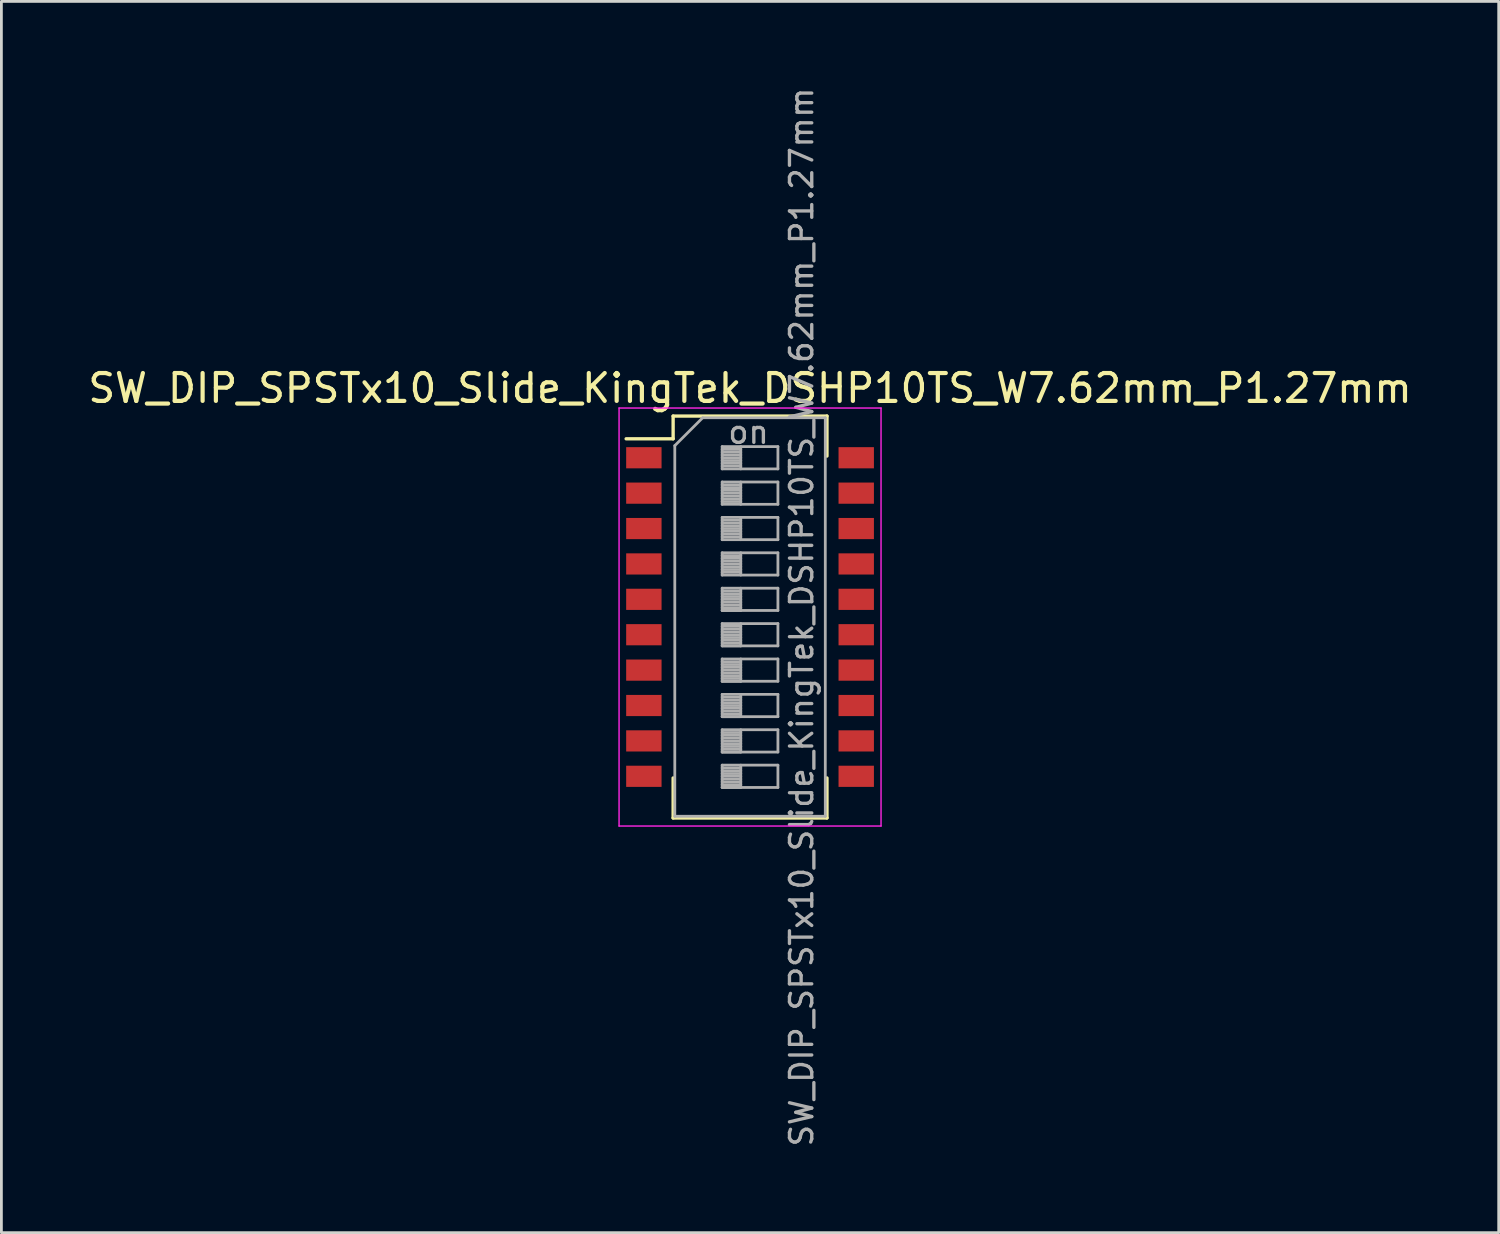
<source format=kicad_pcb>
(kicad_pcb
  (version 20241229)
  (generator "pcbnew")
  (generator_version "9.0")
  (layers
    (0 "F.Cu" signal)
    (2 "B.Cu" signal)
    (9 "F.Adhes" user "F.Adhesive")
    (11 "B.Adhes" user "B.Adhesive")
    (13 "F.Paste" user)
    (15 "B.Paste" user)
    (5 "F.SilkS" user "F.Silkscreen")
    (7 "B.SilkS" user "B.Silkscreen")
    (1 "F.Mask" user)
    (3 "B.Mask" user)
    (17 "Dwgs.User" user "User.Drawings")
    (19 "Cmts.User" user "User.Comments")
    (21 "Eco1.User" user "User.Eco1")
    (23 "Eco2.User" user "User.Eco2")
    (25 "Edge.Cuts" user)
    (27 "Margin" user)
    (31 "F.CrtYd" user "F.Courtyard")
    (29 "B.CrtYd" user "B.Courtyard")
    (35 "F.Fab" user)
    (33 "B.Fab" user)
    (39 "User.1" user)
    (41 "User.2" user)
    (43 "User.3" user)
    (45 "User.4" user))
  (footprint "SW_DIP_SPSTx10_Slide_KingTek_DSHP10TS_W7.62mm_P1.27mm"
    (layer "F.Cu")
    (at 23.863 19.09)
    (property "Reference" "SW_DIP_SPSTx10_Slide_KingTek_DSHP10TS_W7.62mm_P1.27mm" (at 0 -8.21 0) (layer "F.SilkS") (effects (font (size 1 1) (thickness 0.15))))
    (attr smd)
    (fp_line (start -4.446 -6.395) (end -2.76 -6.395) (stroke (width 0.12) (type solid)) (layer "F.SilkS"))
    (fp_line (start -2.76 -7.211) (end -2.76 -6.395) (stroke (width 0.12) (type solid)) (layer "F.SilkS"))
    (fp_line (start -2.76 -7.211) (end 2.76 -7.211) (stroke (width 0.12) (type solid)) (layer "F.SilkS"))
    (fp_line (start -2.76 5.775) (end -2.76 7.21) (stroke (width 0.12) (type solid)) (layer "F.SilkS"))
    (fp_line (start -2.76 7.21) (end 2.76 7.21) (stroke (width 0.12) (type solid)) (layer "F.SilkS"))
    (fp_line (start 2.76 -7.211) (end 2.76 -5.776) (stroke (width 0.12) (type solid)) (layer "F.SilkS"))
    (fp_line (start 2.76 5.775) (end 2.76 7.21) (stroke (width 0.12) (type solid)) (layer "F.SilkS"))
    (fp_line (start -4.7 -7.5) (end -4.7 7.5) (stroke (width 0.05) (type solid)) (layer "F.CrtYd"))
    (fp_line (start -4.7 7.5) (end 4.7 7.5) (stroke (width 0.05) (type solid)) (layer "F.CrtYd"))
    (fp_line (start 4.7 -7.5) (end -4.7 -7.5) (stroke (width 0.05) (type solid)) (layer "F.CrtYd"))
    (fp_line (start 4.7 7.5) (end 4.7 -7.5) (stroke (width 0.05) (type solid)) (layer "F.CrtYd"))
    (fp_line (start -2.7 -6.15) (end -1.7 -7.15) (stroke (width 0.1) (type solid)) (layer "F.Fab"))
    (fp_line (start -2.7 7.15) (end -2.7 -6.15) (stroke (width 0.1) (type solid)) (layer "F.Fab"))
    (fp_line (start -1.7 -7.15) (end 2.7 -7.15) (stroke (width 0.1) (type solid)) (layer "F.Fab"))
    (fp_line (start -1 -6.115) (end -1 -5.315) (stroke (width 0.1) (type solid)) (layer "F.Fab"))
    (fp_line (start -1 -6.015) (end -0.333 -6.015) (stroke (width 0.1) (type solid)) (layer "F.Fab"))
    (fp_line (start -1 -5.915) (end -0.333 -5.915) (stroke (width 0.1) (type solid)) (layer "F.Fab"))
    (fp_line (start -1 -5.815) (end -0.333 -5.815) (stroke (width 0.1) (type solid)) (layer "F.Fab"))
    (fp_line (start -1 -5.715) (end -0.333 -5.715) (stroke (width 0.1) (type solid)) (layer "F.Fab"))
    (fp_line (start -1 -5.615) (end -0.333 -5.615) (stroke (width 0.1) (type solid)) (layer "F.Fab"))
    (fp_line (start -1 -5.515) (end -0.333 -5.515) (stroke (width 0.1) (type solid)) (layer "F.Fab"))
    (fp_line (start -1 -5.415) (end -0.333 -5.415) (stroke (width 0.1) (type solid)) (layer "F.Fab"))
    (fp_line (start -1 -5.315) (end 1 -5.315) (stroke (width 0.1) (type solid)) (layer "F.Fab"))
    (fp_line (start -1 -4.845) (end -1 -4.045) (stroke (width 0.1) (type solid)) (layer "F.Fab"))
    (fp_line (start -1 -4.745) (end -0.333 -4.745) (stroke (width 0.1) (type solid)) (layer "F.Fab"))
    (fp_line (start -1 -4.645) (end -0.333 -4.645) (stroke (width 0.1) (type solid)) (layer "F.Fab"))
    (fp_line (start -1 -4.545) (end -0.333 -4.545) (stroke (width 0.1) (type solid)) (layer "F.Fab"))
    (fp_line (start -1 -4.445) (end -0.333 -4.445) (stroke (width 0.1) (type solid)) (layer "F.Fab"))
    (fp_line (start -1 -4.345) (end -0.333 -4.345) (stroke (width 0.1) (type solid)) (layer "F.Fab"))
    (fp_line (start -1 -4.245) (end -0.333 -4.245) (stroke (width 0.1) (type solid)) (layer "F.Fab"))
    (fp_line (start -1 -4.145) (end -0.333 -4.145) (stroke (width 0.1) (type solid)) (layer "F.Fab"))
    (fp_line (start -1 -4.045) (end 1 -4.045) (stroke (width 0.1) (type solid)) (layer "F.Fab"))
    (fp_line (start -1 -3.575) (end -1 -2.775) (stroke (width 0.1) (type solid)) (layer "F.Fab"))
    (fp_line (start -1 -3.475) (end -0.333 -3.475) (stroke (width 0.1) (type solid)) (layer "F.Fab"))
    (fp_line (start -1 -3.375) (end -0.333 -3.375) (stroke (width 0.1) (type solid)) (layer "F.Fab"))
    (fp_line (start -1 -3.275) (end -0.333 -3.275) (stroke (width 0.1) (type solid)) (layer "F.Fab"))
    (fp_line (start -1 -3.175) (end -0.333 -3.175) (stroke (width 0.1) (type solid)) (layer "F.Fab"))
    (fp_line (start -1 -3.075) (end -0.333 -3.075) (stroke (width 0.1) (type solid)) (layer "F.Fab"))
    (fp_line (start -1 -2.975) (end -0.333 -2.975) (stroke (width 0.1) (type solid)) (layer "F.Fab"))
    (fp_line (start -1 -2.875) (end -0.333 -2.875) (stroke (width 0.1) (type solid)) (layer "F.Fab"))
    (fp_line (start -1 -2.775) (end 1 -2.775) (stroke (width 0.1) (type solid)) (layer "F.Fab"))
    (fp_line (start -1 -2.305) (end -1 -1.505) (stroke (width 0.1) (type solid)) (layer "F.Fab"))
    (fp_line (start -1 -2.205) (end -0.333 -2.205) (stroke (width 0.1) (type solid)) (layer "F.Fab"))
    (fp_line (start -1 -2.105) (end -0.333 -2.105) (stroke (width 0.1) (type solid)) (layer "F.Fab"))
    (fp_line (start -1 -2.005) (end -0.333 -2.005) (stroke (width 0.1) (type solid)) (layer "F.Fab"))
    (fp_line (start -1 -1.905) (end -0.333 -1.905) (stroke (width 0.1) (type solid)) (layer "F.Fab"))
    (fp_line (start -1 -1.805) (end -0.333 -1.805) (stroke (width 0.1) (type solid)) (layer "F.Fab"))
    (fp_line (start -1 -1.705) (end -0.333 -1.705) (stroke (width 0.1) (type solid)) (layer "F.Fab"))
    (fp_line (start -1 -1.605) (end -0.333 -1.605) (stroke (width 0.1) (type solid)) (layer "F.Fab"))
    (fp_line (start -1 -1.505) (end 1 -1.505) (stroke (width 0.1) (type solid)) (layer "F.Fab"))
    (fp_line (start -1 -1.035) (end -1 -0.235) (stroke (width 0.1) (type solid)) (layer "F.Fab"))
    (fp_line (start -1 -0.935) (end -0.333 -0.935) (stroke (width 0.1) (type solid)) (layer "F.Fab"))
    (fp_line (start -1 -0.835) (end -0.333 -0.835) (stroke (width 0.1) (type solid)) (layer "F.Fab"))
    (fp_line (start -1 -0.735) (end -0.333 -0.735) (stroke (width 0.1) (type solid)) (layer "F.Fab"))
    (fp_line (start -1 -0.635) (end -0.333 -0.635) (stroke (width 0.1) (type solid)) (layer "F.Fab"))
    (fp_line (start -1 -0.535) (end -0.333 -0.535) (stroke (width 0.1) (type solid)) (layer "F.Fab"))
    (fp_line (start -1 -0.435) (end -0.333 -0.435) (stroke (width 0.1) (type solid)) (layer "F.Fab"))
    (fp_line (start -1 -0.335) (end -0.333 -0.335) (stroke (width 0.1) (type solid)) (layer "F.Fab"))
    (fp_line (start -1 -0.235) (end -0.333 -0.235) (stroke (width 0.1) (type solid)) (layer "F.Fab"))
    (fp_line (start -1 -0.235) (end 1 -0.235) (stroke (width 0.1) (type solid)) (layer "F.Fab"))
    (fp_line (start -1 0.235) (end -1 1.035) (stroke (width 0.1) (type solid)) (layer "F.Fab"))
    (fp_line (start -1 0.335) (end -0.333 0.335) (stroke (width 0.1) (type solid)) (layer "F.Fab"))
    (fp_line (start -1 0.435) (end -0.333 0.435) (stroke (width 0.1) (type solid)) (layer "F.Fab"))
    (fp_line (start -1 0.535) (end -0.333 0.535) (stroke (width 0.1) (type solid)) (layer "F.Fab"))
    (fp_line (start -1 0.635) (end -0.333 0.635) (stroke (width 0.1) (type solid)) (layer "F.Fab"))
    (fp_line (start -1 0.735) (end -0.333 0.735) (stroke (width 0.1) (type solid)) (layer "F.Fab"))
    (fp_line (start -1 0.835) (end -0.333 0.835) (stroke (width 0.1) (type solid)) (layer "F.Fab"))
    (fp_line (start -1 0.935) (end -0.333 0.935) (stroke (width 0.1) (type solid)) (layer "F.Fab"))
    (fp_line (start -1 1.035) (end -0.333 1.035) (stroke (width 0.1) (type solid)) (layer "F.Fab"))
    (fp_line (start -1 1.035) (end 1 1.035) (stroke (width 0.1) (type solid)) (layer "F.Fab"))
    (fp_line (start -1 1.505) (end -1 2.305) (stroke (width 0.1) (type solid)) (layer "F.Fab"))
    (fp_line (start -1 1.605) (end -0.333 1.605) (stroke (width 0.1) (type solid)) (layer "F.Fab"))
    (fp_line (start -1 1.705) (end -0.333 1.705) (stroke (width 0.1) (type solid)) (layer "F.Fab"))
    (fp_line (start -1 1.805) (end -0.333 1.805) (stroke (width 0.1) (type solid)) (layer "F.Fab"))
    (fp_line (start -1 1.905) (end -0.333 1.905) (stroke (width 0.1) (type solid)) (layer "F.Fab"))
    (fp_line (start -1 2.005) (end -0.333 2.005) (stroke (width 0.1) (type solid)) (layer "F.Fab"))
    (fp_line (start -1 2.105) (end -0.333 2.105) (stroke (width 0.1) (type solid)) (layer "F.Fab"))
    (fp_line (start -1 2.205) (end -0.333 2.205) (stroke (width 0.1) (type solid)) (layer "F.Fab"))
    (fp_line (start -1 2.305) (end -0.333 2.305) (stroke (width 0.1) (type solid)) (layer "F.Fab"))
    (fp_line (start -1 2.305) (end 1 2.305) (stroke (width 0.1) (type solid)) (layer "F.Fab"))
    (fp_line (start -1 2.775) (end -1 3.575) (stroke (width 0.1) (type solid)) (layer "F.Fab"))
    (fp_line (start -1 2.875) (end -0.333 2.875) (stroke (width 0.1) (type solid)) (layer "F.Fab"))
    (fp_line (start -1 2.975) (end -0.333 2.975) (stroke (width 0.1) (type solid)) (layer "F.Fab"))
    (fp_line (start -1 3.075) (end -0.333 3.075) (stroke (width 0.1) (type solid)) (layer "F.Fab"))
    (fp_line (start -1 3.175) (end -0.333 3.175) (stroke (width 0.1) (type solid)) (layer "F.Fab"))
    (fp_line (start -1 3.275) (end -0.333 3.275) (stroke (width 0.1) (type solid)) (layer "F.Fab"))
    (fp_line (start -1 3.375) (end -0.333 3.375) (stroke (width 0.1) (type solid)) (layer "F.Fab"))
    (fp_line (start -1 3.475) (end -0.333 3.475) (stroke (width 0.1) (type solid)) (layer "F.Fab"))
    (fp_line (start -1 3.575) (end -0.333 3.575) (stroke (width 0.1) (type solid)) (layer "F.Fab"))
    (fp_line (start -1 3.575) (end 1 3.575) (stroke (width 0.1) (type solid)) (layer "F.Fab"))
    (fp_line (start -1 4.045) (end -1 4.845) (stroke (width 0.1) (type solid)) (layer "F.Fab"))
    (fp_line (start -1 4.145) (end -0.333 4.145) (stroke (width 0.1) (type solid)) (layer "F.Fab"))
    (fp_line (start -1 4.245) (end -0.333 4.245) (stroke (width 0.1) (type solid)) (layer "F.Fab"))
    (fp_line (start -1 4.345) (end -0.333 4.345) (stroke (width 0.1) (type solid)) (layer "F.Fab"))
    (fp_line (start -1 4.445) (end -0.333 4.445) (stroke (width 0.1) (type solid)) (layer "F.Fab"))
    (fp_line (start -1 4.545) (end -0.333 4.545) (stroke (width 0.1) (type solid)) (layer "F.Fab"))
    (fp_line (start -1 4.645) (end -0.333 4.645) (stroke (width 0.1) (type solid)) (layer "F.Fab"))
    (fp_line (start -1 4.745) (end -0.333 4.745) (stroke (width 0.1) (type solid)) (layer "F.Fab"))
    (fp_line (start -1 4.845) (end -0.333 4.845) (stroke (width 0.1) (type solid)) (layer "F.Fab"))
    (fp_line (start -1 4.845) (end 1 4.845) (stroke (width 0.1) (type solid)) (layer "F.Fab"))
    (fp_line (start -1 5.315) (end -1 6.115) (stroke (width 0.1) (type solid)) (layer "F.Fab"))
    (fp_line (start -1 5.415) (end -0.333 5.415) (stroke (width 0.1) (type solid)) (layer "F.Fab"))
    (fp_line (start -1 5.515) (end -0.333 5.515) (stroke (width 0.1) (type solid)) (layer "F.Fab"))
    (fp_line (start -1 5.615) (end -0.333 5.615) (stroke (width 0.1) (type solid)) (layer "F.Fab"))
    (fp_line (start -1 5.715) (end -0.333 5.715) (stroke (width 0.1) (type solid)) (layer "F.Fab"))
    (fp_line (start -1 5.815) (end -0.333 5.815) (stroke (width 0.1) (type solid)) (layer "F.Fab"))
    (fp_line (start -1 5.915) (end -0.333 5.915) (stroke (width 0.1) (type solid)) (layer "F.Fab"))
    (fp_line (start -1 6.015) (end -0.333 6.015) (stroke (width 0.1) (type solid)) (layer "F.Fab"))
    (fp_line (start -1 6.115) (end -0.333 6.115) (stroke (width 0.1) (type solid)) (layer "F.Fab"))
    (fp_line (start -1 6.115) (end 1 6.115) (stroke (width 0.1) (type solid)) (layer "F.Fab"))
    (fp_line (start -0.333 -6.115) (end -0.333 -5.315) (stroke (width 0.1) (type solid)) (layer "F.Fab"))
    (fp_line (start -0.333 -4.845) (end -0.333 -4.045) (stroke (width 0.1) (type solid)) (layer "F.Fab"))
    (fp_line (start -0.333 -3.575) (end -0.333 -2.775) (stroke (width 0.1) (type solid)) (layer "F.Fab"))
    (fp_line (start -0.333 -2.305) (end -0.333 -1.505) (stroke (width 0.1) (type solid)) (layer "F.Fab"))
    (fp_line (start -0.333 -1.035) (end -0.333 -0.235) (stroke (width 0.1) (type solid)) (layer "F.Fab"))
    (fp_line (start -0.333 0.235) (end -0.333 1.035) (stroke (width 0.1) (type solid)) (layer "F.Fab"))
    (fp_line (start -0.333 1.505) (end -0.333 2.305) (stroke (width 0.1) (type solid)) (layer "F.Fab"))
    (fp_line (start -0.333 2.775) (end -0.333 3.575) (stroke (width 0.1) (type solid)) (layer "F.Fab"))
    (fp_line (start -0.333 4.045) (end -0.333 4.845) (stroke (width 0.1) (type solid)) (layer "F.Fab"))
    (fp_line (start -0.333 5.315) (end -0.333 6.115) (stroke (width 0.1) (type solid)) (layer "F.Fab"))
    (fp_line (start 1 -6.115) (end -1 -6.115) (stroke (width 0.1) (type solid)) (layer "F.Fab"))
    (fp_line (start 1 -5.315) (end 1 -6.115) (stroke (width 0.1) (type solid)) (layer "F.Fab"))
    (fp_line (start 1 -4.845) (end -1 -4.845) (stroke (width 0.1) (type solid)) (layer "F.Fab"))
    (fp_line (start 1 -4.045) (end 1 -4.845) (stroke (width 0.1) (type solid)) (layer "F.Fab"))
    (fp_line (start 1 -3.575) (end -1 -3.575) (stroke (width 0.1) (type solid)) (layer "F.Fab"))
    (fp_line (start 1 -2.775) (end 1 -3.575) (stroke (width 0.1) (type solid)) (layer "F.Fab"))
    (fp_line (start 1 -2.305) (end -1 -2.305) (stroke (width 0.1) (type solid)) (layer "F.Fab"))
    (fp_line (start 1 -1.505) (end 1 -2.305) (stroke (width 0.1) (type solid)) (layer "F.Fab"))
    (fp_line (start 1 -1.035) (end -1 -1.035) (stroke (width 0.1) (type solid)) (layer "F.Fab"))
    (fp_line (start 1 -0.235) (end 1 -1.035) (stroke (width 0.1) (type solid)) (layer "F.Fab"))
    (fp_line (start 1 0.235) (end -1 0.235) (stroke (width 0.1) (type solid)) (layer "F.Fab"))
    (fp_line (start 1 1.035) (end 1 0.235) (stroke (width 0.1) (type solid)) (layer "F.Fab"))
    (fp_line (start 1 1.505) (end -1 1.505) (stroke (width 0.1) (type solid)) (layer "F.Fab"))
    (fp_line (start 1 2.305) (end 1 1.505) (stroke (width 0.1) (type solid)) (layer "F.Fab"))
    (fp_line (start 1 2.775) (end -1 2.775) (stroke (width 0.1) (type solid)) (layer "F.Fab"))
    (fp_line (start 1 3.575) (end 1 2.775) (stroke (width 0.1) (type solid)) (layer "F.Fab"))
    (fp_line (start 1 4.045) (end -1 4.045) (stroke (width 0.1) (type solid)) (layer "F.Fab"))
    (fp_line (start 1 4.845) (end 1 4.045) (stroke (width 0.1) (type solid)) (layer "F.Fab"))
    (fp_line (start 1 5.315) (end -1 5.315) (stroke (width 0.1) (type solid)) (layer "F.Fab"))
    (fp_line (start 1 6.115) (end 1 5.315) (stroke (width 0.1) (type solid)) (layer "F.Fab"))
    (fp_line (start 2.7 -7.15) (end 2.7 7.15) (stroke (width 0.1) (type solid)) (layer "F.Fab"))
    (fp_line (start 2.7 7.15) (end -2.7 7.15) (stroke (width 0.1) (type solid)) (layer "F.Fab"))
    (fp_text user "${REFERENCE}" (at 1.85 0 90) (layer "F.Fab") (effects (font (size 0.8 0.8) (thickness 0.12))))
    (fp_text user "on" (at -0.055 -6.633 0) (layer "F.Fab") (effects (font (size 0.8 0.8) (thickness 0.12))))
    (pad "1" smd rect (at -3.81 -5.715) (size 1.27 0.76) (layers "F.Cu" "F.Mask" "F.Paste"))
    (pad "2" smd rect (at -3.81 -4.445) (size 1.27 0.76) (layers "F.Cu" "F.Mask" "F.Paste"))
    (pad "3" smd rect (at -3.81 -3.175) (size 1.27 0.76) (layers "F.Cu" "F.Mask" "F.Paste"))
    (pad "4" smd rect (at -3.81 -1.905) (size 1.27 0.76) (layers "F.Cu" "F.Mask" "F.Paste"))
    (pad "5" smd rect (at -3.81 -0.635) (size 1.27 0.76) (layers "F.Cu" "F.Mask" "F.Paste"))
    (pad "6" smd rect (at -3.81 0.635) (size 1.27 0.76) (layers "F.Cu" "F.Mask" "F.Paste"))
    (pad "7" smd rect (at -3.81 1.905) (size 1.27 0.76) (layers "F.Cu" "F.Mask" "F.Paste"))
    (pad "8" smd rect (at -3.81 3.175) (size 1.27 0.76) (layers "F.Cu" "F.Mask" "F.Paste"))
    (pad "9" smd rect (at -3.81 4.445) (size 1.27 0.76) (layers "F.Cu" "F.Mask" "F.Paste"))
    (pad "10" smd rect (at -3.81 5.715) (size 1.27 0.76) (layers "F.Cu" "F.Mask" "F.Paste"))
    (pad "11" smd rect (at 3.81 5.715) (size 1.27 0.76) (layers "F.Cu" "F.Mask" "F.Paste"))
    (pad "12" smd rect (at 3.81 4.445) (size 1.27 0.76) (layers "F.Cu" "F.Mask" "F.Paste"))
    (pad "13" smd rect (at 3.81 3.175) (size 1.27 0.76) (layers "F.Cu" "F.Mask" "F.Paste"))
    (pad "14" smd rect (at 3.81 1.905) (size 1.27 0.76) (layers "F.Cu" "F.Mask" "F.Paste"))
    (pad "15" smd rect (at 3.81 0.635) (size 1.27 0.76) (layers "F.Cu" "F.Mask" "F.Paste"))
    (pad "16" smd rect (at 3.81 -0.635) (size 1.27 0.76) (layers "F.Cu" "F.Mask" "F.Paste"))
    (pad "17" smd rect (at 3.81 -1.905) (size 1.27 0.76) (layers "F.Cu" "F.Mask" "F.Paste"))
    (pad "18" smd rect (at 3.81 -3.175) (size 1.27 0.76) (layers "F.Cu" "F.Mask" "F.Paste"))
    (pad "19" smd rect (at 3.81 -4.445) (size 1.27 0.76) (layers "F.Cu" "F.Mask" "F.Paste"))
    (pad "20" smd rect (at 3.81 -5.715) (size 1.27 0.76) (layers "F.Cu" "F.Mask" "F.Paste")))
  (gr_rect
    (start -3 -3)
    (end 50.726 41.181)
    (stroke (width 0.1) (type default))
    (fill no)
    (layer "Edge.Cuts")))
</source>
